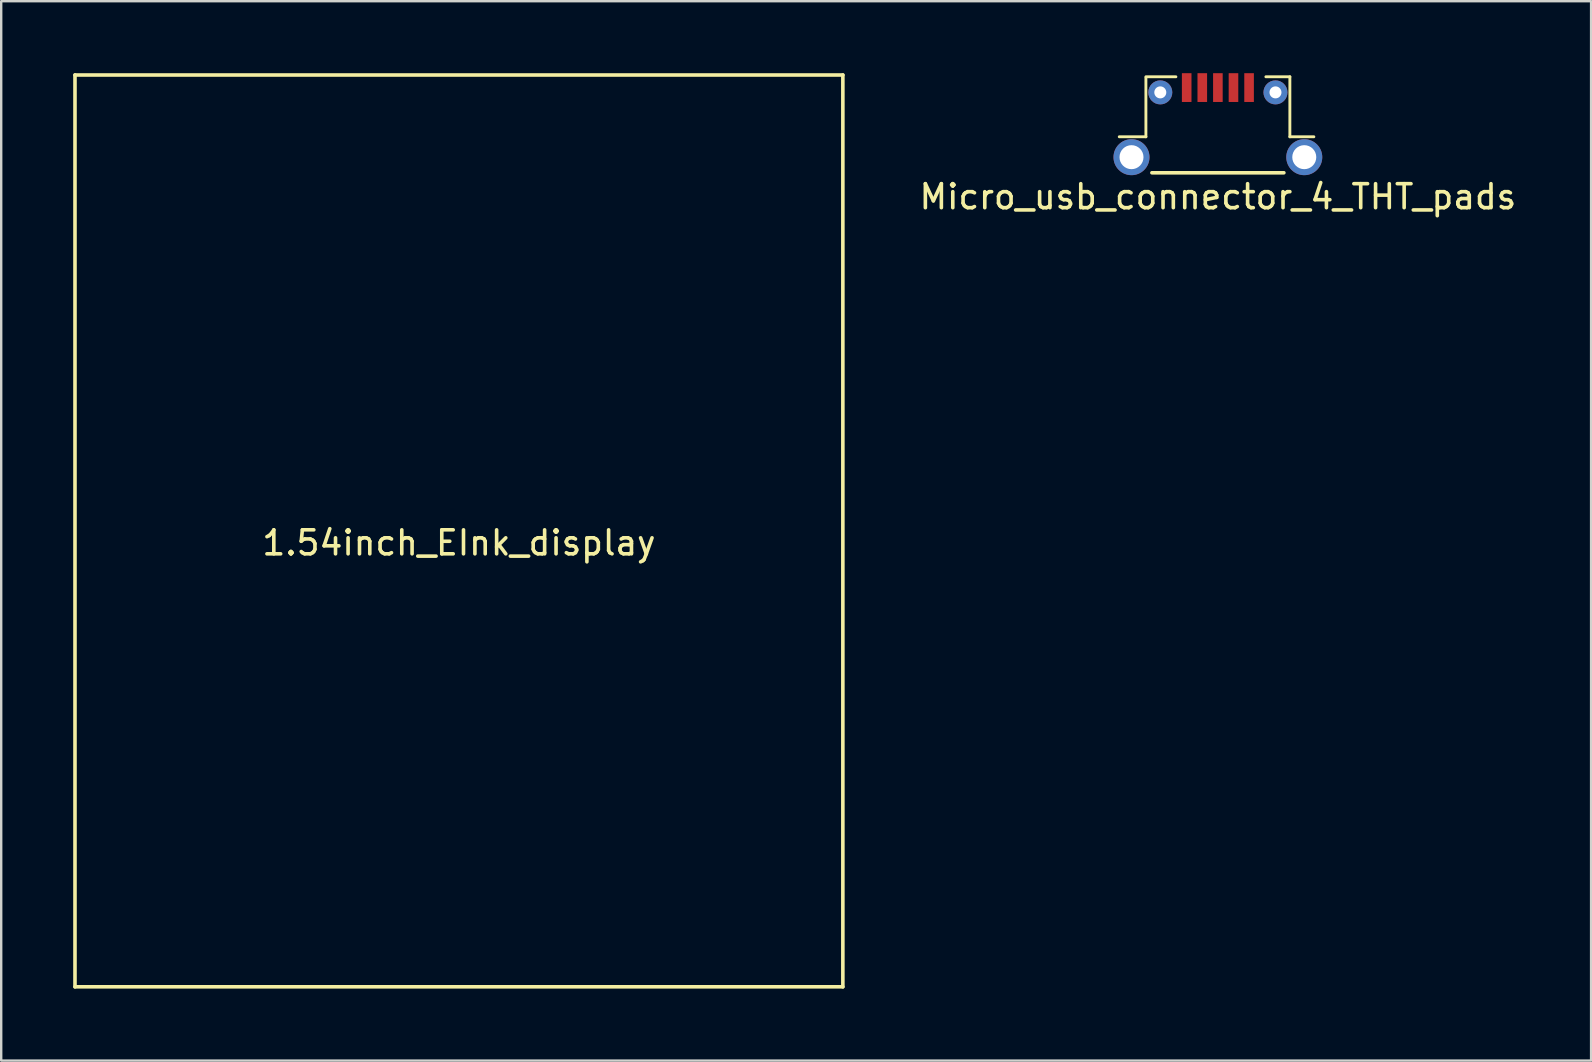
<source format=kicad_pcb>
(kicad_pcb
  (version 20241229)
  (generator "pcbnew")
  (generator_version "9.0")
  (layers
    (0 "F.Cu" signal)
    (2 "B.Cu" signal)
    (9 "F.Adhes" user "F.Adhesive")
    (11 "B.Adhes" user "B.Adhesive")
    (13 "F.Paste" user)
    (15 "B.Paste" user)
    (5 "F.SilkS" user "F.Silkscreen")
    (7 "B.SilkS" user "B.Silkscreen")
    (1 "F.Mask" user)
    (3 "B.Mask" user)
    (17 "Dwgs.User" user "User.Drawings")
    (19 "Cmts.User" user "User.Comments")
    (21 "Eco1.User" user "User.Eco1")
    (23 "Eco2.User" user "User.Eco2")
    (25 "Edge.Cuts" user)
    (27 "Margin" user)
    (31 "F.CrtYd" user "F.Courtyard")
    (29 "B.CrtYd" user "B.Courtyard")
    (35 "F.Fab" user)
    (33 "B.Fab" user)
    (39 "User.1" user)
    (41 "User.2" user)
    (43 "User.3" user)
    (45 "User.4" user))
  (footprint "1.54inch_EInk_display"
    (layer "F.Cu")
    (at 16.075 19.075)
    (property "Reference" "1.54inch_EInk_display" (at 0 0.5 0) (layer "F.SilkS") (effects (font (size 1 1) (thickness 0.15))))
    (attr through_hole)
    (fp_line (start -16 -19) (end -16 19) (stroke (width 0.15) (type solid)) (layer "F.SilkS"))
    (fp_line (start -16 -19) (end 16 -19) (stroke (width 0.15) (type solid)) (layer "F.SilkS"))
    (fp_line (start -16 19) (end 16 19) (stroke (width 0.15) (type solid)) (layer "F.SilkS"))
    (fp_line (start 16 19) (end 16 -19) (stroke (width 0.15) (type solid)) (layer "F.SilkS")))
  (footprint "Micro_usb_connector_4_THT_pads"
    (layer "F.Cu")
    (at 47.704 2.15)
    (property "Reference" "Micro_usb_connector_4_THT_pads" (at 0 3 0) (layer "F.SilkS") (effects (font (size 1 1) (thickness 0.15))))
    (attr through_hole)
    (fp_line (start -3 -1.96) (end -3 0.5) (stroke (width 0.12) (type solid)) (layer "F.SilkS"))
    (fp_line (start -3 0.5) (end -4.11 0.5) (stroke (width 0.12) (type solid)) (layer "F.SilkS"))
    (fp_line (start -2.75 2) (end 2.75 2) (stroke (width 0.15) (type solid)) (layer "F.SilkS"))
    (fp_line (start -1.75 -2) (end -3 -2) (stroke (width 0.12) (type solid)) (layer "F.SilkS"))
    (fp_line (start 2 -2) (end 3 -2) (stroke (width 0.12) (type solid)) (layer "F.SilkS"))
    (fp_line (start 3 -2) (end 3 0.5) (stroke (width 0.12) (type solid)) (layer "F.SilkS"))
    (fp_line (start 3 0.5) (end 4 0.5) (stroke (width 0.12) (type solid)) (layer "F.SilkS"))
    (pad "1" smd rect (at -1.3 -1.55) (size 0.4 1.2) (layers "F.Cu" "F.Mask" "F.Paste"))
    (pad "2" smd rect (at -0.65 -1.55) (size 0.4 1.2) (layers "F.Cu" "F.Mask" "F.Paste"))
    (pad "3" smd rect (at 0 -1.55) (size 0.4 1.2) (layers "F.Cu" "F.Mask" "F.Paste"))
    (pad "4" smd rect (at 0.65 -1.55) (size 0.4 1.2) (layers "F.Cu" "F.Mask" "F.Paste"))
    (pad "5" smd rect (at 1.3 -1.55) (size 0.4 1.2) (layers "F.Cu" "F.Mask" "F.Paste"))
    (pad "6" thru_hole circle (at -3.6 1.35) (size 1.5 1.5) (drill 1) (layers "*.Cu" "*.Mask"))
    (pad "6" thru_hole circle (at -2.4 -1.35) (size 1 1) (drill 0.5) (layers "*.Cu" "*.Mask"))
    (pad "6" thru_hole circle (at 2.4 -1.35) (size 1 1) (drill 0.5) (layers "*.Cu" "*.Mask"))
    (pad "6" thru_hole circle (at 3.6 1.35) (size 1.5 1.5) (drill 1) (layers "*.Cu" "*.Mask")))
  (gr_rect
    (start -3 -3)
    (end 63.257 41.15)
    (stroke (width 0.1) (type default))
    (fill no)
    (layer "Edge.Cuts")))
</source>
